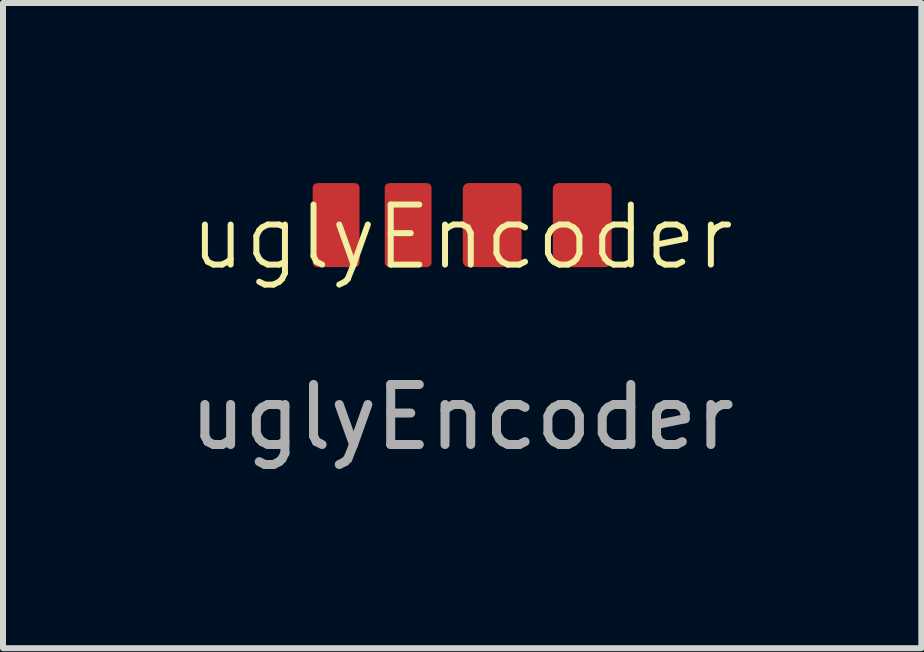
<source format=kicad_pcb>
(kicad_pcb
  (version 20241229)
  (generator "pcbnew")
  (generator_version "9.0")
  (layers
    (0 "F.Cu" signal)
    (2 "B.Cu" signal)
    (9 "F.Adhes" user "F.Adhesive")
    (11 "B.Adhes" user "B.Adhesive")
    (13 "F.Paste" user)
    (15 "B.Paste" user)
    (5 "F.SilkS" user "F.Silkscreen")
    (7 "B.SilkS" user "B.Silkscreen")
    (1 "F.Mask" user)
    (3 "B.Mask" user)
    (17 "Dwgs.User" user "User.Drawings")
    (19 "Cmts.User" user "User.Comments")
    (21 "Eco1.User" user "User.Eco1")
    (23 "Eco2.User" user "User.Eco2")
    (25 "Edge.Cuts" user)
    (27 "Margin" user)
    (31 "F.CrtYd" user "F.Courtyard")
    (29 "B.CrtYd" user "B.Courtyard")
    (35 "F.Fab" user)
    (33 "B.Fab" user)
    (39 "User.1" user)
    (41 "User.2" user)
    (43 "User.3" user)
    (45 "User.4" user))
  (footprint "uglyEncoder"
    (layer "F.Cu")
    (at 4.649 1.4)
    (property "Reference" "uglyEncoder" (at 0 -0.5 0) (unlocked yes) (layer "F.SilkS") (effects (font (size 1 1) (thickness 0.1))))
    (attr smd)
    (fp_text user "${REFERENCE}" (at 0 2.5 0) (unlocked yes) (layer "F.Fab") (effects (font (size 1 1) (thickness 0.15))))
    (pad "1" smd roundrect (at -2.1 -0.7 90) (size 1.4 0.78) (layers "F.Cu" "F.Mask" "F.Paste") (roundrect_rratio 0.1))
    (pad "2" smd roundrect (at -0.9 -0.7 90) (size 1.4 0.78) (layers "F.Cu" "F.Mask" "F.Paste") (roundrect_rratio 0.1))
    (pad "3" smd roundrect (at 0.5 -0.7 90) (size 1.4 0.98) (layers "F.Cu" "F.Mask" "F.Paste") (roundrect_rratio 0.1))
    (pad "4" smd roundrect (at 2 -0.7 90) (size 1.4 0.98) (layers "F.Cu" "F.Mask" "F.Paste") (roundrect_rratio 0.1)))
  (gr_rect
    (start -3 -3)
    (end 12.298 7.748)
    (stroke (width 0.1) (type default))
    (fill no)
    (layer "Edge.Cuts")))
</source>
